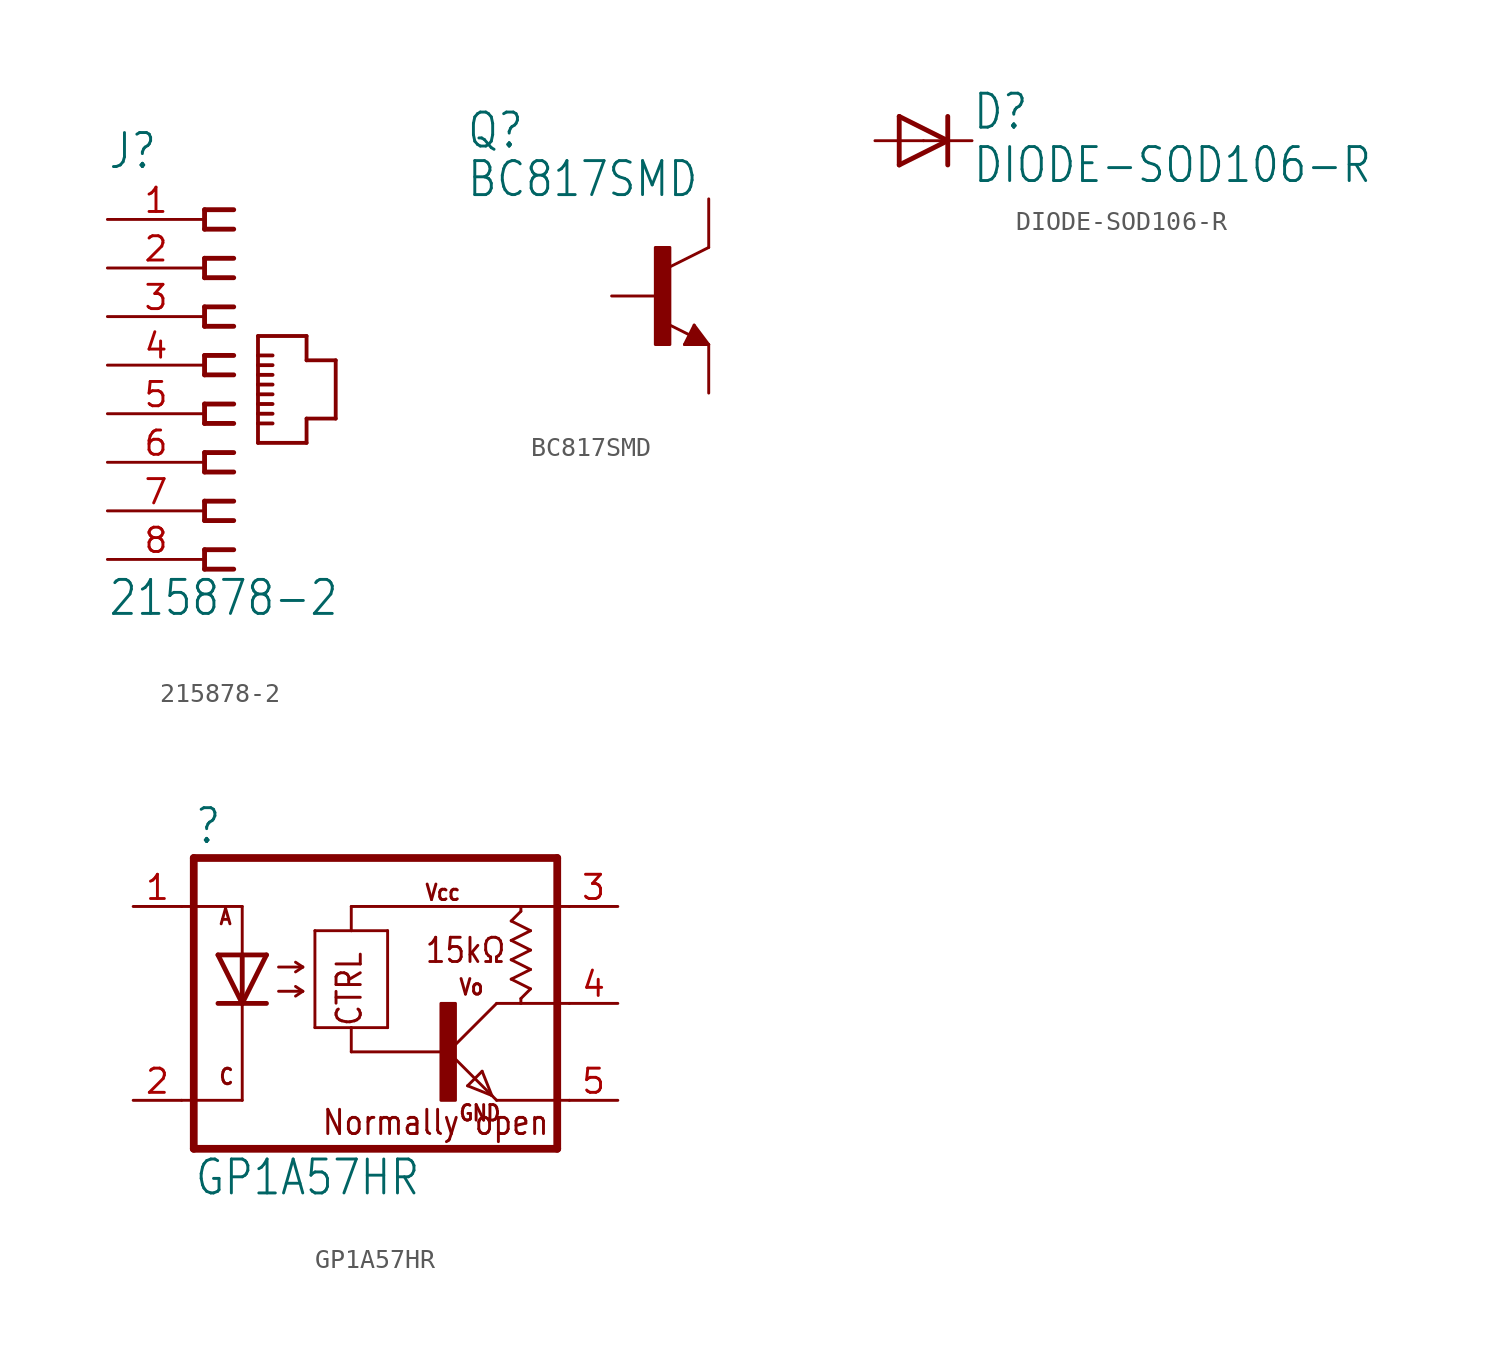
<source format=kicad_sym>
(kicad_symbol_lib
  (version 20211014)
  (generator kicad_symbol_editor)
  (symbol "215878-2"
    (property "Reference" "J"
      (at -5.08 10.16 0)
      (effects (font (size 1.778 1.511)) (justify left bottom)))
    (property "Value" "215878-2"
      (at -5.08 -13.208 0)
      (effects (font (size 1.778 1.511)) (justify left bottom)))
    (property "ki_locked" ""
      (at 0 0 0)
      (effects (font (size 1.27 1.27))))
    (symbol "215878-2_1_0"
      (polyline (pts (xy 0 -10.668) (xy 1.524 -10.668)) (stroke (width 0.254) (type default) (color 0 0 0 0)) (fill (type none)))
      (polyline (pts (xy 0 -9.652) (xy 0 -10.668)) (stroke (width 0.254) (type default) (color 0 0 0 0)) (fill (type none)))
      (polyline (pts (xy 0 -8.128) (xy 1.524 -8.128)) (stroke (width 0.254) (type default) (color 0 0 0 0)) (fill (type none)))
      (polyline (pts (xy 0 -7.112) (xy 0 -8.128)) (stroke (width 0.254) (type default) (color 0 0 0 0)) (fill (type none)))
      (polyline (pts (xy 0 -5.588) (xy 1.524 -5.588)) (stroke (width 0.254) (type default) (color 0 0 0 0)) (fill (type none)))
      (polyline (pts (xy 0 -4.572) (xy 0 -5.588)) (stroke (width 0.254) (type default) (color 0 0 0 0)) (fill (type none)))
      (polyline (pts (xy 0 -3.048) (xy 1.524 -3.048)) (stroke (width 0.254) (type default) (color 0 0 0 0)) (fill (type none)))
      (polyline (pts (xy 0 -2.032) (xy 0 -3.048)) (stroke (width 0.254) (type default) (color 0 0 0 0)) (fill (type none)))
      (polyline (pts (xy 0 -0.508) (xy 1.524 -0.508)) (stroke (width 0.254) (type default) (color 0 0 0 0)) (fill (type none)))
      (polyline (pts (xy 0 0.508) (xy 0 -0.508)) (stroke (width 0.254) (type default) (color 0 0 0 0)) (fill (type none)))
      (polyline (pts (xy 0 2.032) (xy 1.524 2.032)) (stroke (width 0.254) (type default) (color 0 0 0 0)) (fill (type none)))
      (polyline (pts (xy 0 3.048) (xy 0 2.032)) (stroke (width 0.254) (type default) (color 0 0 0 0)) (fill (type none)))
      (polyline (pts (xy 0 4.572) (xy 1.524 4.572)) (stroke (width 0.254) (type default) (color 0 0 0 0)) (fill (type none)))
      (polyline (pts (xy 0 5.588) (xy 0 4.572)) (stroke (width 0.254) (type default) (color 0 0 0 0)) (fill (type none)))
      (polyline (pts (xy 0 7.112) (xy 1.524 7.112)) (stroke (width 0.254) (type default) (color 0 0 0 0)) (fill (type none)))
      (polyline (pts (xy 0 8.128) (xy 0 7.112)) (stroke (width 0.254) (type default) (color 0 0 0 0)) (fill (type none)))
      (polyline (pts (xy 1.524 -9.652) (xy 0 -9.652)) (stroke (width 0.254) (type default) (color 0 0 0 0)) (fill (type none)))
      (polyline (pts (xy 1.524 -7.112) (xy 0 -7.112)) (stroke (width 0.254) (type default) (color 0 0 0 0)) (fill (type none)))
      (polyline (pts (xy 1.524 -4.572) (xy 0 -4.572)) (stroke (width 0.254) (type default) (color 0 0 0 0)) (fill (type none)))
      (polyline (pts (xy 1.524 -2.032) (xy 0 -2.032)) (stroke (width 0.254) (type default) (color 0 0 0 0)) (fill (type none)))
      (polyline (pts (xy 1.524 0.508) (xy 0 0.508)) (stroke (width 0.254) (type default) (color 0 0 0 0)) (fill (type none)))
      (polyline (pts (xy 1.524 3.048) (xy 0 3.048)) (stroke (width 0.254) (type default) (color 0 0 0 0)) (fill (type none)))
      (polyline (pts (xy 1.524 5.588) (xy 0 5.588)) (stroke (width 0.254) (type default) (color 0 0 0 0)) (fill (type none)))
      (polyline (pts (xy 1.524 8.128) (xy 0 8.128)) (stroke (width 0.254) (type default) (color 0 0 0 0)) (fill (type none)))
      (polyline (pts (xy 2.794 -4.064) (xy 5.334 -4.064)) (stroke (width 0.2) (type default) (color 0 0 0 0)) (fill (type none)))
      (polyline (pts (xy 2.794 -3.048) (xy 2.794 -4.064)) (stroke (width 0.2) (type default) (color 0 0 0 0)) (fill (type none)))
      (polyline (pts (xy 2.794 -3.048) (xy 3.556 -3.048)) (stroke (width 0.2) (type default) (color 0 0 0 0)) (fill (type none)))
      (polyline (pts (xy 2.794 -2.54) (xy 2.794 -3.048)) (stroke (width 0.2) (type default) (color 0 0 0 0)) (fill (type none)))
      (polyline (pts (xy 2.794 -2.54) (xy 3.556 -2.54)) (stroke (width 0.2) (type default) (color 0 0 0 0)) (fill (type none)))
      (polyline (pts (xy 2.794 -2.032) (xy 2.794 -2.54)) (stroke (width 0.2) (type default) (color 0 0 0 0)) (fill (type none)))
      (polyline (pts (xy 2.794 -2.032) (xy 3.556 -2.032)) (stroke (width 0.2) (type default) (color 0 0 0 0)) (fill (type none)))
      (polyline (pts (xy 2.794 -1.524) (xy 2.794 -2.032)) (stroke (width 0.2) (type default) (color 0 0 0 0)) (fill (type none)))
      (polyline (pts (xy 2.794 -1.524) (xy 3.556 -1.524)) (stroke (width 0.2) (type default) (color 0 0 0 0)) (fill (type none)))
      (polyline (pts (xy 2.794 -1.016) (xy 2.794 -1.524)) (stroke (width 0.2) (type default) (color 0 0 0 0)) (fill (type none)))
      (polyline (pts (xy 2.794 -1.016) (xy 3.556 -1.016)) (stroke (width 0.2) (type default) (color 0 0 0 0)) (fill (type none)))
      (polyline (pts (xy 2.794 -0.508) (xy 2.794 -1.016)) (stroke (width 0.2) (type default) (color 0 0 0 0)) (fill (type none)))
      (polyline (pts (xy 2.794 -0.508) (xy 3.556 -0.508)) (stroke (width 0.2) (type default) (color 0 0 0 0)) (fill (type none)))
      (polyline (pts (xy 2.794 0) (xy 2.794 -0.508)) (stroke (width 0.2) (type default) (color 0 0 0 0)) (fill (type none)))
      (polyline (pts (xy 2.794 0) (xy 3.556 0)) (stroke (width 0.2) (type default) (color 0 0 0 0)) (fill (type none)))
      (polyline (pts (xy 2.794 0.508) (xy 2.794 0)) (stroke (width 0.2) (type default) (color 0 0 0 0)) (fill (type none)))
      (polyline (pts (xy 2.794 0.508) (xy 3.556 0.508)) (stroke (width 0.2) (type default) (color 0 0 0 0)) (fill (type none)))
      (polyline (pts (xy 2.794 1.524) (xy 2.794 0.508)) (stroke (width 0.2) (type default) (color 0 0 0 0)) (fill (type none)))
      (polyline (pts (xy 5.334 -4.064) (xy 5.334 -2.794)) (stroke (width 0.2) (type default) (color 0 0 0 0)) (fill (type none)))
      (polyline (pts (xy 5.334 -2.794) (xy 6.858 -2.794)) (stroke (width 0.2) (type default) (color 0 0 0 0)) (fill (type none)))
      (polyline (pts (xy 5.334 0.254) (xy 5.334 1.524)) (stroke (width 0.2) (type default) (color 0 0 0 0)) (fill (type none)))
      (polyline (pts (xy 5.334 1.524) (xy 2.794 1.524)) (stroke (width 0.2) (type default) (color 0 0 0 0)) (fill (type none)))
      (polyline (pts (xy 6.858 -2.794) (xy 6.858 0.254)) (stroke (width 0.2) (type default) (color 0 0 0 0)) (fill (type none)))
      (polyline (pts (xy 6.858 0.254) (xy 5.334 0.254)) (stroke (width 0.2) (type default) (color 0 0 0 0)) (fill (type none)))
      (pin passive line (at -5.08 7.62 0) (length 5.08) (name "1" (effects (font (size 0 0)))) (number "1" (effects (font (size 1.27 1.27)))))
      (pin passive line (at -5.08 5.08 0) (length 5.08) (name "2" (effects (font (size 0 0)))) (number "2" (effects (font (size 1.27 1.27)))))
      (pin passive line (at -5.08 2.54 0) (length 5.08) (name "3" (effects (font (size 0 0)))) (number "3" (effects (font (size 1.27 1.27)))))
      (pin passive line (at -5.08 0 0) (length 5.08) (name "4" (effects (font (size 0 0)))) (number "4" (effects (font (size 1.27 1.27)))))
      (pin passive line (at -5.08 -2.54 0) (length 5.08) (name "5" (effects (font (size 0 0)))) (number "5" (effects (font (size 1.27 1.27)))))
      (pin passive line (at -5.08 -5.08 0) (length 5.08) (name "6" (effects (font (size 0 0)))) (number "6" (effects (font (size 1.27 1.27)))))
      (pin passive line (at -5.08 -7.62 0) (length 5.08) (name "7" (effects (font (size 0 0)))) (number "7" (effects (font (size 1.27 1.27)))))
      (pin passive line (at -5.08 -10.16 0) (length 5.08) (name "8" (effects (font (size 0 0)))) (number "8" (effects (font (size 1.27 1.27)))))))
  (symbol "BC817SMD"
    (property "Reference" "Q"
      (at -10.16 7.62 0)
      (effects (font (size 1.778 1.511)) (justify left bottom)))
    (property "Value" "BC817SMD"
      (at -10.16 5.08 0)
      (effects (font (size 1.778 1.511)) (justify left bottom)))
    (property "ki_locked" ""
      (at 0 0 0)
      (effects (font (size 1.27 1.27))))
    (symbol "BC817SMD_1_0"
      (rectangle (start -0.254 -2.54) (end 0.508 2.54) (stroke (width 0) (type default) (color 0 0 0 0)) (fill (type outline)))
      (polyline (pts (xy 1.27 -2.54) (xy 1.778 -1.524)) (stroke (width 0.152) (type default) (color 0 0 0 0)) (fill (type none)))
      (polyline (pts (xy 1.524 -2.413) (xy 2.286 -2.413)) (stroke (width 0.254) (type default) (color 0 0 0 0)) (fill (type none)))
      (polyline (pts (xy 1.524 -2.286) (xy 1.905 -2.286)) (stroke (width 0.254) (type default) (color 0 0 0 0)) (fill (type none)))
      (polyline (pts (xy 1.54 -2.04) (xy 0.308 -1.424)) (stroke (width 0.152) (type default) (color 0 0 0 0)) (fill (type none)))
      (polyline (pts (xy 1.778 -1.778) (xy 1.524 -2.286)) (stroke (width 0.254) (type default) (color 0 0 0 0)) (fill (type none)))
      (polyline (pts (xy 1.778 -1.524) (xy 2.54 -2.54)) (stroke (width 0.152) (type default) (color 0 0 0 0)) (fill (type none)))
      (polyline (pts (xy 1.905 -2.286) (xy 1.778 -2.032)) (stroke (width 0.254) (type default) (color 0 0 0 0)) (fill (type none)))
      (polyline (pts (xy 2.286 -2.413) (xy 1.778 -1.778)) (stroke (width 0.254) (type default) (color 0 0 0 0)) (fill (type none)))
      (polyline (pts (xy 2.54 -2.54) (xy 1.27 -2.54)) (stroke (width 0.152) (type default) (color 0 0 0 0)) (fill (type none)))
      (polyline (pts (xy 2.54 2.54) (xy 0.508 1.524)) (stroke (width 0.152) (type default) (color 0 0 0 0)) (fill (type none)))
      (pin passive line (at -2.54 0 0) (length 2.54) (name "B" (effects (font (size 0 0)))) (number "B" (effects (font (size 0 0)))))
      (pin passive line (at 2.54 5.08 270) (length 2.54) (name "C" (effects (font (size 0 0)))) (number "C" (effects (font (size 0 0)))))
      (pin passive line (at 2.54 -5.08 90) (length 2.54) (name "E" (effects (font (size 0 0)))) (number "E" (effects (font (size 0 0)))))))
  (symbol "DIODE-SOD106-R"
    (property "Reference" "D"
      (at 2.54 0.483 0)
      (effects (font (size 1.778 1.511)) (justify left bottom)))
    (property "Value" "DIODE-SOD106-R"
      (at 2.54 -2.311 0)
      (effects (font (size 1.778 1.511)) (justify left bottom)))
    (property "ki_locked" ""
      (at 0 0 0)
      (effects (font (size 1.27 1.27))))
    (symbol "DIODE-SOD106-R_1_0"
      (polyline (pts (xy -1.27 -1.27) (xy 1.27 0)) (stroke (width 0.254) (type default) (color 0 0 0 0)) (fill (type none)))
      (polyline (pts (xy -1.27 1.27) (xy -1.27 -1.27)) (stroke (width 0.254) (type default) (color 0 0 0 0)) (fill (type none)))
      (polyline (pts (xy 1.27 0) (xy -1.27 1.27)) (stroke (width 0.254) (type default) (color 0 0 0 0)) (fill (type none)))
      (polyline (pts (xy 1.27 0) (xy 1.27 -1.27)) (stroke (width 0.254) (type default) (color 0 0 0 0)) (fill (type none)))
      (polyline (pts (xy 1.27 1.27) (xy 1.27 0)) (stroke (width 0.254) (type default) (color 0 0 0 0)) (fill (type none)))
      (pin passive line (at -2.54 0 0) (length 2.54) (name "A" (effects (font (size 0 0)))) (number "A" (effects (font (size 0 0)))))
      (pin passive line (at 2.54 0 180) (length 2.54) (name "C" (effects (font (size 0 0)))) (number "C" (effects (font (size 0 0)))))))
  (symbol "GP1A57HR"
    (property "Reference" ""
      (at -9.525 8.255 0)
      (effects (font (size 1.778 1.511)) (justify left bottom)))
    (property "Value" "GP1A57HR"
      (at -9.525 -10.16 0)
      (effects (font (size 1.778 1.511)) (justify left bottom)))
    (property "ki_locked" ""
      (at 0 0 0)
      (effects (font (size 1.27 1.27))))
    (symbol "GP1A57HR_1_0"
      (polyline (pts (xy -10.16 -5.08) (xy -6.985 -5.08)) (stroke (width 0.152) (type default) (color 0 0 0 0)) (fill (type none)))
      (polyline (pts (xy -10.16 5.08) (xy -6.985 5.08)) (stroke (width 0.152) (type default) (color 0 0 0 0)) (fill (type none)))
      (polyline (pts (xy -9.525 7.62) (xy -9.525 -7.62)) (stroke (width 0.406) (type default) (color 0 0 0 0)) (fill (type none)))
      (polyline (pts (xy -6.985 -5.08) (xy -6.985 0)) (stroke (width 0.152) (type default) (color 0 0 0 0)) (fill (type none)))
      (polyline (pts (xy -6.985 0) (xy -8.255 0)) (stroke (width 0.254) (type default) (color 0 0 0 0)) (fill (type none)))
      (polyline (pts (xy -6.985 0) (xy -8.255 2.54)) (stroke (width 0.254) (type default) (color 0 0 0 0)) (fill (type none)))
      (polyline (pts (xy -6.985 2.54) (xy -8.255 2.54)) (stroke (width 0.254) (type default) (color 0 0 0 0)) (fill (type none)))
      (polyline (pts (xy -6.985 2.54) (xy -6.985 0)) (stroke (width 0.254) (type default) (color 0 0 0 0)) (fill (type none)))
      (polyline (pts (xy -6.985 2.54) (xy -6.985 5.08)) (stroke (width 0.152) (type default) (color 0 0 0 0)) (fill (type none)))
      (polyline (pts (xy -5.715 0) (xy -6.985 0)) (stroke (width 0.254) (type default) (color 0 0 0 0)) (fill (type none)))
      (polyline (pts (xy -5.715 2.54) (xy -6.985 0)) (stroke (width 0.254) (type default) (color 0 0 0 0)) (fill (type none)))
      (polyline (pts (xy -5.715 2.54) (xy -6.985 2.54)) (stroke (width 0.254) (type default) (color 0 0 0 0)) (fill (type none)))
      (polyline (pts (xy -5.08 0.635) (xy -3.81 0.635)) (stroke (width 0.152) (type default) (color 0 0 0 0)) (fill (type none)))
      (polyline (pts (xy -5.08 1.905) (xy -3.81 1.905)) (stroke (width 0.152) (type default) (color 0 0 0 0)) (fill (type none)))
      (polyline (pts (xy -3.81 0.635) (xy -4.191 0.381)) (stroke (width 0.152) (type default) (color 0 0 0 0)) (fill (type none)))
      (polyline (pts (xy -3.81 0.635) (xy -4.191 0.889)) (stroke (width 0.152) (type default) (color 0 0 0 0)) (fill (type none)))
      (polyline (pts (xy -3.81 1.905) (xy -4.191 1.651)) (stroke (width 0.152) (type default) (color 0 0 0 0)) (fill (type none)))
      (polyline (pts (xy -3.81 1.905) (xy -4.191 2.159)) (stroke (width 0.152) (type default) (color 0 0 0 0)) (fill (type none)))
      (polyline (pts (xy -3.175 -1.27) (xy -3.175 3.81)) (stroke (width 0.152) (type default) (color 0 0 0 0)) (fill (type none)))
      (polyline (pts (xy -3.175 3.81) (xy -1.27 3.81)) (stroke (width 0.152) (type default) (color 0 0 0 0)) (fill (type none)))
      (polyline (pts (xy -1.27 -2.54) (xy -1.27 -1.27)) (stroke (width 0.152) (type default) (color 0 0 0 0)) (fill (type none)))
      (polyline (pts (xy -1.27 -2.54) (xy 3.81 -2.54)) (stroke (width 0.152) (type default) (color 0 0 0 0)) (fill (type none)))
      (polyline (pts (xy -1.27 -1.27) (xy -3.175 -1.27)) (stroke (width 0.152) (type default) (color 0 0 0 0)) (fill (type none)))
      (polyline (pts (xy -1.27 3.81) (xy 0.635 3.81)) (stroke (width 0.152) (type default) (color 0 0 0 0)) (fill (type none)))
      (polyline (pts (xy -1.27 5.08) (xy -1.27 3.81)) (stroke (width 0.152) (type default) (color 0 0 0 0)) (fill (type none)))
      (polyline (pts (xy -1.27 5.08) (xy 7.62 5.08)) (stroke (width 0.152) (type default) (color 0 0 0 0)) (fill (type none)))
      (polyline (pts (xy 0.635 -1.27) (xy -1.27 -1.27)) (stroke (width 0.152) (type default) (color 0 0 0 0)) (fill (type none)))
      (polyline (pts (xy 0.635 3.81) (xy 0.635 -1.27)) (stroke (width 0.152) (type default) (color 0 0 0 0)) (fill (type none)))
      (polyline (pts (xy 3.81 -2.54) (xy 6.096 -4.826)) (stroke (width 0.152) (type default) (color 0 0 0 0)) (fill (type none)))
      (polyline (pts (xy 4.826 -4.318) (xy 5.588 -3.556)) (stroke (width 0.152) (type default) (color 0 0 0 0)) (fill (type none)))
      (polyline (pts (xy 5.588 -3.556) (xy 6.096 -4.826)) (stroke (width 0.152) (type default) (color 0 0 0 0)) (fill (type none)))
      (polyline (pts (xy 6.096 -4.826) (xy 4.826 -4.318)) (stroke (width 0.152) (type default) (color 0 0 0 0)) (fill (type none)))
      (polyline (pts (xy 6.096 -4.826) (xy 6.35 -5.08)) (stroke (width 0.152) (type default) (color 0 0 0 0)) (fill (type none)))
      (polyline (pts (xy 6.35 -5.08) (xy 10.16 -5.08)) (stroke (width 0.152) (type default) (color 0 0 0 0)) (fill (type none)))
      (polyline (pts (xy 6.35 0) (xy 3.81 -2.54)) (stroke (width 0.152) (type default) (color 0 0 0 0)) (fill (type none)))
      (polyline (pts (xy 6.35 0) (xy 7.62 0)) (stroke (width 0.152) (type default) (color 0 0 0 0)) (fill (type none)))
      (polyline (pts (xy 7.112 1.27) (xy 8.128 0.762)) (stroke (width 0.152) (type default) (color 0 0 0 0)) (fill (type none)))
      (polyline (pts (xy 7.112 2.286) (xy 8.128 1.778)) (stroke (width 0.152) (type default) (color 0 0 0 0)) (fill (type none)))
      (polyline (pts (xy 7.112 3.302) (xy 8.128 2.794)) (stroke (width 0.152) (type default) (color 0 0 0 0)) (fill (type none)))
      (polyline (pts (xy 7.112 4.318) (xy 8.128 3.81)) (stroke (width 0.152) (type default) (color 0 0 0 0)) (fill (type none)))
      (polyline (pts (xy 7.62 0) (xy 7.62 0.254)) (stroke (width 0.152) (type default) (color 0 0 0 0)) (fill (type none)))
      (polyline (pts (xy 7.62 0) (xy 10.16 0)) (stroke (width 0.152) (type default) (color 0 0 0 0)) (fill (type none)))
      (polyline (pts (xy 7.62 4.826) (xy 7.112 4.318)) (stroke (width 0.152) (type default) (color 0 0 0 0)) (fill (type none)))
      (polyline (pts (xy 7.62 5.08) (xy 7.62 4.826)) (stroke (width 0.152) (type default) (color 0 0 0 0)) (fill (type none)))
      (polyline (pts (xy 7.62 5.08) (xy 10.16 5.08)) (stroke (width 0.152) (type default) (color 0 0 0 0)) (fill (type none)))
      (polyline (pts (xy 8.128 0.762) (xy 7.62 0.254)) (stroke (width 0.152) (type default) (color 0 0 0 0)) (fill (type none)))
      (polyline (pts (xy 8.128 1.778) (xy 7.112 1.27)) (stroke (width 0.152) (type default) (color 0 0 0 0)) (fill (type none)))
      (polyline (pts (xy 8.128 2.794) (xy 7.112 2.286)) (stroke (width 0.152) (type default) (color 0 0 0 0)) (fill (type none)))
      (polyline (pts (xy 8.128 3.81) (xy 7.112 3.302)) (stroke (width 0.152) (type default) (color 0 0 0 0)) (fill (type none)))
      (polyline (pts (xy 9.525 -7.62) (xy -9.525 -7.62)) (stroke (width 0.406) (type default) (color 0 0 0 0)) (fill (type none)))
      (polyline (pts (xy 9.525 7.62) (xy -9.525 7.62)) (stroke (width 0.406) (type default) (color 0 0 0 0)) (fill (type none)))
      (polyline (pts (xy 9.525 7.62) (xy 9.525 -7.62)) (stroke (width 0.406) (type default) (color 0 0 0 0)) (fill (type none)))
      (rectangle (start 3.429 -5.08) (end 4.191 0) (stroke (width 0) (type default) (color 0 0 0 0)) (fill (type outline)))
      (text "15kΩ " (at 2.54 2.032 0) (effects (font (size 1.27 1.079)) (justify left bottom)))
      (text "A" (at -8.255 4.064 0) (effects (font (size 0.813 0.691)) (justify left bottom)))
      (text "C" (at -8.255 -4.318 0) (effects (font (size 0.813 0.691)) (justify left bottom)))
      (text "CTRL" (at -0.635 -1.27 900) (effects (font (size 1.27 1.079)) (justify left bottom)))
      (text "GND" (at 4.318 -6.223 0) (effects (font (size 0.813 0.691)) (justify left bottom)))
      (text "Normally open" (at -2.857 -6.985 0) (effects (font (size 1.27 1.079)) (justify left bottom)))
      (text "Vcc" (at 2.54 5.334 0) (effects (font (size 0.813 0.691)) (justify left bottom)))
      (text "Vo" (at 4.318 0.381 0) (effects (font (size 0.813 0.691)) (justify left bottom)))
      (pin passive line (at -12.7 5.08 0) (length 2.54) (name "A" (effects (font (size 0 0)))) (number "1" (effects (font (size 1.27 1.27)))))
      (pin passive line (at -12.7 -5.08 0) (length 2.54) (name "C" (effects (font (size 0 0)))) (number "2" (effects (font (size 1.27 1.27)))))
      (pin passive line (at 12.7 5.08 180) (length 2.54) (name "VCC" (effects (font (size 0 0)))) (number "3" (effects (font (size 1.27 1.27)))))
      (pin passive line (at 12.7 0 180) (length 2.54) (name "VO" (effects (font (size 0 0)))) (number "4" (effects (font (size 1.27 1.27)))))
      (pin passive line (at 12.7 -5.08 180) (length 2.54) (name "GND" (effects (font (size 0 0)))) (number "5" (effects (font (size 1.27 1.27))))))))
</source>
